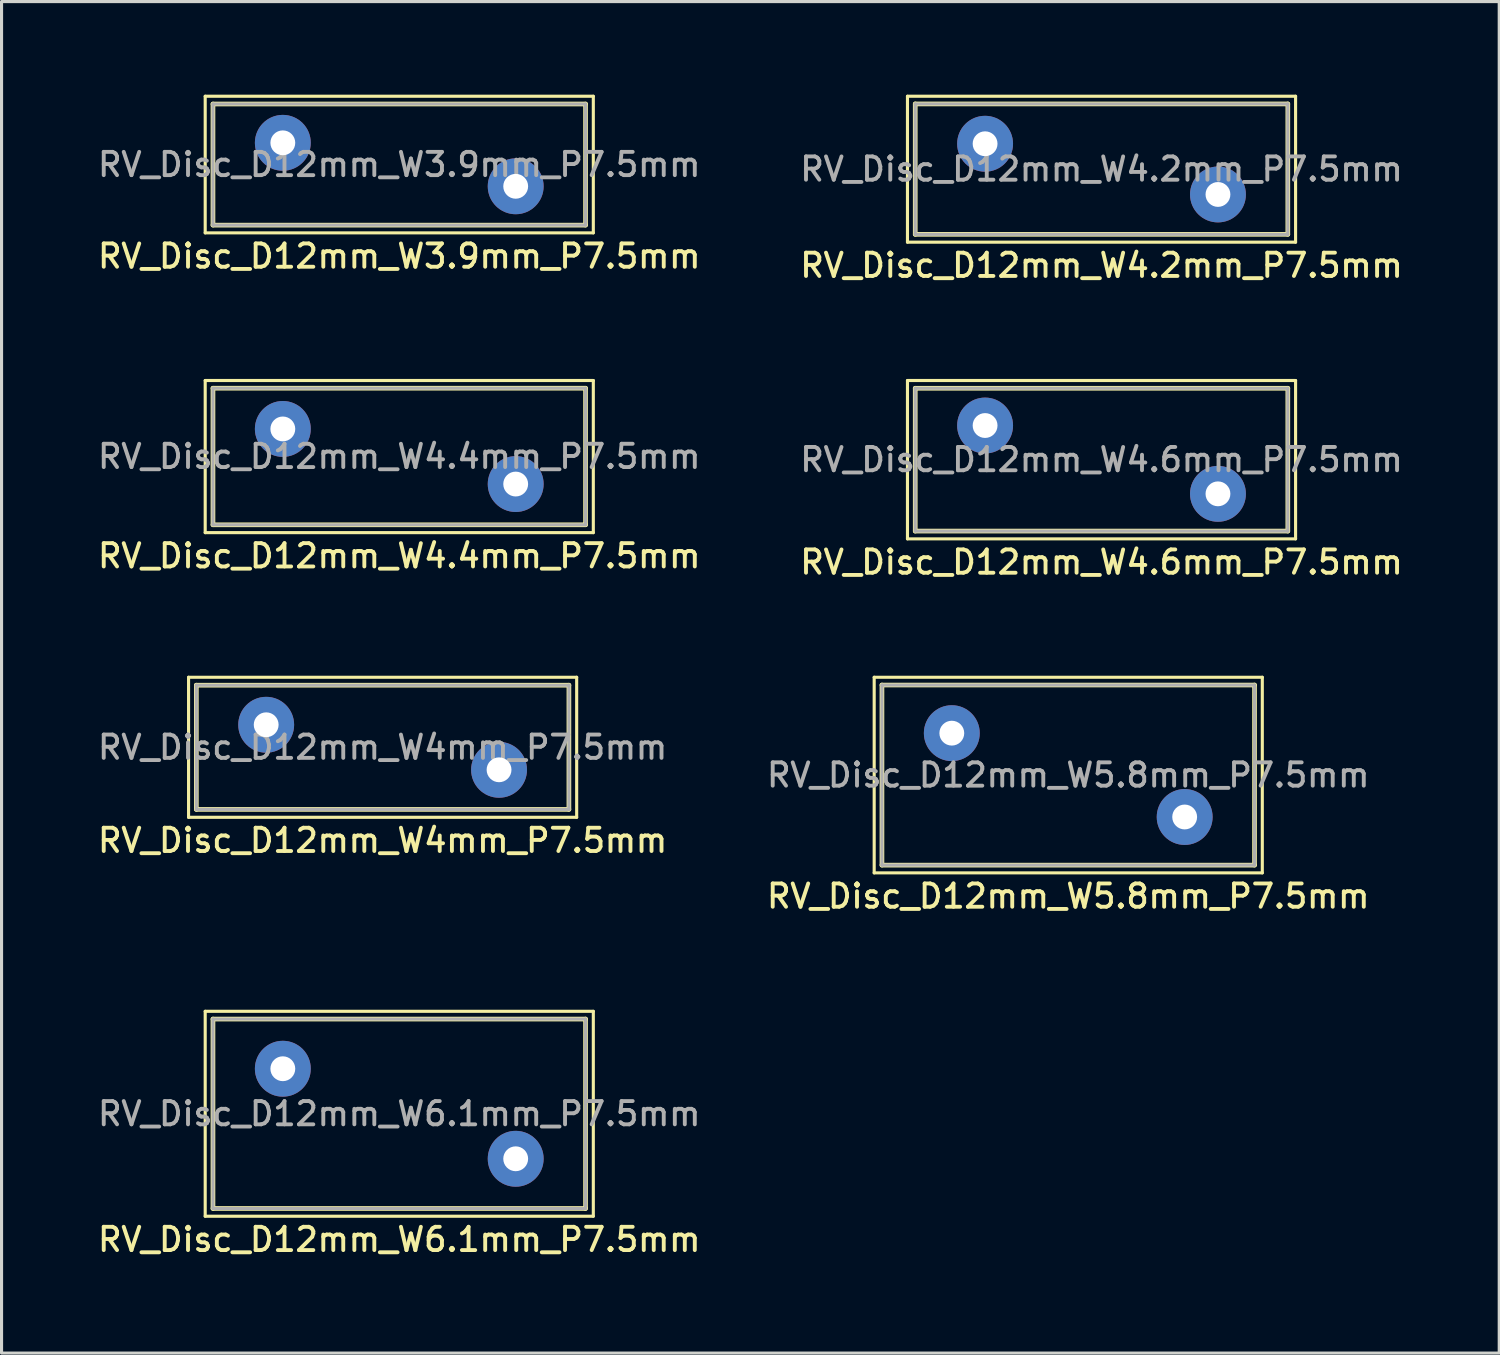
<source format=kicad_pcb>
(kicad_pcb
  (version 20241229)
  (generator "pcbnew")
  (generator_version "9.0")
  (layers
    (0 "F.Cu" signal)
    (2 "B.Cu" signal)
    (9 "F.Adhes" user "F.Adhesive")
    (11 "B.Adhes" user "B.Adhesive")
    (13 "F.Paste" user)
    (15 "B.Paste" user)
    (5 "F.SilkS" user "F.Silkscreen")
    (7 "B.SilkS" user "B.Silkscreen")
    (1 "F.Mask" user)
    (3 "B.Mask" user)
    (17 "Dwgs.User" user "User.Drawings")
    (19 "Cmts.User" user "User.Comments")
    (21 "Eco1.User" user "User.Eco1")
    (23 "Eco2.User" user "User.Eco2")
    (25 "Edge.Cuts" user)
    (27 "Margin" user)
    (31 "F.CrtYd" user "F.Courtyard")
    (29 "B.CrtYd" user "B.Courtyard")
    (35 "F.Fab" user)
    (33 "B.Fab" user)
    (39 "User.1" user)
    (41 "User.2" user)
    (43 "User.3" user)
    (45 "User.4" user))
  (footprint "RV_Disc_D12mm_W4.6mm_P7.5mm"
    (layer "F.Cu")
    (at 28.677 10.655)
    (property "Reference" "RV_Disc_D12mm_W4.6mm_P7.5mm" (at 3.75 4.4 0) (layer "F.SilkS") (effects (font (size 0.75 0.75) (thickness 0.125))))
    (attr through_hole)
    (fp_line (start -2.5 -1.45) (end -2.5 3.65) (stroke (width 0.1) (type solid)) (layer "F.SilkS"))
    (fp_line (start -2.5 -1.45) (end 10 -1.45) (stroke (width 0.1) (type solid)) (layer "F.SilkS"))
    (fp_line (start -2.5 3.65) (end 10 3.65) (stroke (width 0.1) (type solid)) (layer "F.SilkS"))
    (fp_line (start -2.25 -1.2) (end -2.25 3.4) (stroke (width 0.15) (type solid)) (layer "F.SilkS"))
    (fp_line (start -2.25 -1.2) (end 9.75 -1.2) (stroke (width 0.15) (type solid)) (layer "F.SilkS"))
    (fp_line (start -2.25 3.4) (end 9.75 3.4) (stroke (width 0.15) (type solid)) (layer "F.SilkS"))
    (fp_line (start 9.75 -1.2) (end 9.75 3.4) (stroke (width 0.15) (type solid)) (layer "F.SilkS"))
    (fp_line (start 10 -1.45) (end 10 3.65) (stroke (width 0.1) (type solid)) (layer "F.SilkS"))
    (fp_line (start -2.25 -1.2) (end -2.25 3.4) (stroke (width 0.1) (type solid)) (layer "F.Fab"))
    (fp_line (start -2.25 -1.2) (end 9.75 -1.2) (stroke (width 0.1) (type solid)) (layer "F.Fab"))
    (fp_line (start -2.25 3.4) (end 9.75 3.4) (stroke (width 0.1) (type solid)) (layer "F.Fab"))
    (fp_line (start 9.75 -1.2) (end 9.75 3.4) (stroke (width 0.1) (type solid)) (layer "F.Fab"))
    (fp_text user "${REFERENCE}" (at 3.75 1.1 0) (layer "F.Fab") (effects (font (size 0.75 0.75) (thickness 0.125))))
    (pad "1" thru_hole circle (at 0 0) (size 1.8 1.8) (drill 0.8) (layers "*.Cu" "*.Mask"))
    (pad "2" thru_hole circle (at 7.5 2.2) (size 1.8 1.8) (drill 0.8) (layers "*.Cu" "*.Mask")))
  (footprint "RV_Disc_D12mm_W3.9mm_P7.5mm"
    (layer "F.Cu")
    (at 6.059 1.55)
    (property "Reference" "RV_Disc_D12mm_W3.9mm_P7.5mm" (at 3.75 3.65 0) (layer "F.SilkS") (effects (font (size 0.75 0.75) (thickness 0.125))))
    (attr through_hole)
    (fp_line (start -2.5 -1.5) (end -2.5 2.9) (stroke (width 0.1) (type solid)) (layer "F.SilkS"))
    (fp_line (start -2.5 -1.5) (end 10 -1.5) (stroke (width 0.1) (type solid)) (layer "F.SilkS"))
    (fp_line (start -2.5 2.9) (end 10 2.9) (stroke (width 0.1) (type solid)) (layer "F.SilkS"))
    (fp_line (start -2.25 -1.25) (end -2.25 2.65) (stroke (width 0.15) (type solid)) (layer "F.SilkS"))
    (fp_line (start -2.25 -1.25) (end 9.75 -1.25) (stroke (width 0.15) (type solid)) (layer "F.SilkS"))
    (fp_line (start -2.25 2.65) (end 9.75 2.65) (stroke (width 0.15) (type solid)) (layer "F.SilkS"))
    (fp_line (start 9.75 -1.25) (end 9.75 2.65) (stroke (width 0.15) (type solid)) (layer "F.SilkS"))
    (fp_line (start 10 -1.5) (end 10 2.9) (stroke (width 0.1) (type solid)) (layer "F.SilkS"))
    (fp_line (start -2.25 -1.25) (end -2.25 2.65) (stroke (width 0.1) (type solid)) (layer "F.Fab"))
    (fp_line (start -2.25 -1.25) (end 9.75 -1.25) (stroke (width 0.1) (type solid)) (layer "F.Fab"))
    (fp_line (start -2.25 2.65) (end 9.75 2.65) (stroke (width 0.1) (type solid)) (layer "F.Fab"))
    (fp_line (start 9.75 -1.25) (end 9.75 2.65) (stroke (width 0.1) (type solid)) (layer "F.Fab"))
    (fp_text user "${REFERENCE}" (at 3.75 0.7 0) (layer "F.Fab") (effects (font (size 0.75 0.75) (thickness 0.125))))
    (pad "1" thru_hole circle (at 0 0) (size 1.8 1.8) (drill 0.8) (layers "*.Cu" "*.Mask"))
    (pad "2" thru_hole circle (at 7.5 1.4) (size 1.8 1.8) (drill 0.8) (layers "*.Cu" "*.Mask")))
  (footprint "RV_Disc_D12mm_W4.4mm_P7.5mm"
    (layer "F.Cu")
    (at 6.059 10.765)
    (property "Reference" "RV_Disc_D12mm_W4.4mm_P7.5mm" (at 3.75 4.088 0) (layer "F.SilkS") (effects (font (size 0.75 0.75) (thickness 0.125))))
    (attr through_hole)
    (fp_line (start -2.5 -1.56) (end -2.5 3.34) (stroke (width 0.1) (type solid)) (layer "F.SilkS"))
    (fp_line (start -2.5 -1.56) (end 10 -1.56) (stroke (width 0.1) (type solid)) (layer "F.SilkS"))
    (fp_line (start -2.5 3.34) (end 10 3.34) (stroke (width 0.1) (type solid)) (layer "F.SilkS"))
    (fp_line (start -2.25 -1.312) (end -2.25 3.087) (stroke (width 0.15) (type solid)) (layer "F.SilkS"))
    (fp_line (start -2.25 -1.312) (end 9.75 -1.312) (stroke (width 0.15) (type solid)) (layer "F.SilkS"))
    (fp_line (start -2.25 3.087) (end 9.75 3.087) (stroke (width 0.15) (type solid)) (layer "F.SilkS"))
    (fp_line (start 9.75 -1.312) (end 9.75 3.087) (stroke (width 0.15) (type solid)) (layer "F.SilkS"))
    (fp_line (start 10 -1.56) (end 10 3.34) (stroke (width 0.1) (type solid)) (layer "F.SilkS"))
    (fp_line (start -2.25 -1.312) (end -2.25 3.087) (stroke (width 0.1) (type solid)) (layer "F.Fab"))
    (fp_line (start -2.25 -1.312) (end 9.75 -1.312) (stroke (width 0.1) (type solid)) (layer "F.Fab"))
    (fp_line (start -2.25 3.087) (end 9.75 3.087) (stroke (width 0.1) (type solid)) (layer "F.Fab"))
    (fp_line (start 9.75 -1.312) (end 9.75 3.087) (stroke (width 0.1) (type solid)) (layer "F.Fab"))
    (fp_text user "${REFERENCE}" (at 3.75 0.887 0) (layer "F.Fab") (effects (font (size 0.75 0.75) (thickness 0.125))))
    (pad "1" thru_hole circle (at 0 0) (size 1.8 1.8) (drill 0.8) (layers "*.Cu" "*.Mask"))
    (pad "2" thru_hole circle (at 7.5 1.775) (size 1.8 1.8) (drill 0.8) (layers "*.Cu" "*.Mask")))
  (footprint "RV_Disc_D12mm_W5.8mm_P7.5mm"
    (layer "F.Cu")
    (at 27.605 20.563)
    (property "Reference" "RV_Disc_D12mm_W5.8mm_P7.5mm" (at 3.75 5.25 0) (layer "F.SilkS") (effects (font (size 0.75 0.75) (thickness 0.125))))
    (attr through_hole)
    (fp_line (start -2.5 -1.8) (end -2.5 4.5) (stroke (width 0.1) (type solid)) (layer "F.SilkS"))
    (fp_line (start -2.5 -1.8) (end 10 -1.8) (stroke (width 0.1) (type solid)) (layer "F.SilkS"))
    (fp_line (start -2.5 4.5) (end 10 4.5) (stroke (width 0.1) (type solid)) (layer "F.SilkS"))
    (fp_line (start -2.25 -1.55) (end -2.25 4.25) (stroke (width 0.15) (type solid)) (layer "F.SilkS"))
    (fp_line (start -2.25 -1.55) (end 9.75 -1.55) (stroke (width 0.15) (type solid)) (layer "F.SilkS"))
    (fp_line (start -2.25 4.25) (end 9.75 4.25) (stroke (width 0.15) (type solid)) (layer "F.SilkS"))
    (fp_line (start 9.75 -1.55) (end 9.75 4.25) (stroke (width 0.15) (type solid)) (layer "F.SilkS"))
    (fp_line (start 10 -1.8) (end 10 4.5) (stroke (width 0.1) (type solid)) (layer "F.SilkS"))
    (fp_line (start -2.25 -1.55) (end -2.25 4.25) (stroke (width 0.1) (type solid)) (layer "F.Fab"))
    (fp_line (start -2.25 -1.55) (end 9.75 -1.55) (stroke (width 0.1) (type solid)) (layer "F.Fab"))
    (fp_line (start -2.25 4.25) (end 9.75 4.25) (stroke (width 0.1) (type solid)) (layer "F.Fab"))
    (fp_line (start 9.75 -1.55) (end 9.75 4.25) (stroke (width 0.1) (type solid)) (layer "F.Fab"))
    (fp_text user "${REFERENCE}" (at 3.75 1.35 0) (layer "F.Fab") (effects (font (size 0.75 0.75) (thickness 0.125))))
    (pad "1" thru_hole circle (at 0 0) (size 1.8 1.8) (drill 0.8) (layers "*.Cu" "*.Mask"))
    (pad "2" thru_hole circle (at 7.5 2.7) (size 1.8 1.8) (drill 0.8) (layers "*.Cu" "*.Mask")))
  (footprint "RV_Disc_D12mm_W4.2mm_P7.5mm"
    (layer "F.Cu")
    (at 28.677 1.58)
    (property "Reference" "RV_Disc_D12mm_W4.2mm_P7.5mm" (at 3.75 3.917 0) (layer "F.SilkS") (effects (font (size 0.75 0.75) (thickness 0.125))))
    (attr through_hole)
    (fp_line (start -2.5 -1.53) (end -2.5 3.17) (stroke (width 0.1) (type solid)) (layer "F.SilkS"))
    (fp_line (start -2.5 -1.53) (end 10 -1.53) (stroke (width 0.1) (type solid)) (layer "F.SilkS"))
    (fp_line (start -2.5 3.17) (end 10 3.17) (stroke (width 0.1) (type solid)) (layer "F.SilkS"))
    (fp_line (start -2.25 -1.283) (end -2.25 2.917) (stroke (width 0.15) (type solid)) (layer "F.SilkS"))
    (fp_line (start -2.25 -1.283) (end 9.75 -1.283) (stroke (width 0.15) (type solid)) (layer "F.SilkS"))
    (fp_line (start -2.25 2.917) (end 9.75 2.917) (stroke (width 0.15) (type solid)) (layer "F.SilkS"))
    (fp_line (start 9.75 -1.283) (end 9.75 2.917) (stroke (width 0.15) (type solid)) (layer "F.SilkS"))
    (fp_line (start 10 -1.53) (end 10 3.17) (stroke (width 0.1) (type solid)) (layer "F.SilkS"))
    (fp_line (start -2.25 -1.283) (end -2.25 2.917) (stroke (width 0.1) (type solid)) (layer "F.Fab"))
    (fp_line (start -2.25 -1.283) (end 9.75 -1.283) (stroke (width 0.1) (type solid)) (layer "F.Fab"))
    (fp_line (start -2.25 2.917) (end 9.75 2.917) (stroke (width 0.1) (type solid)) (layer "F.Fab"))
    (fp_line (start 9.75 -1.283) (end 9.75 2.917) (stroke (width 0.1) (type solid)) (layer "F.Fab"))
    (fp_text user "${REFERENCE}" (at 3.75 0.817 0) (layer "F.Fab") (effects (font (size 0.75 0.75) (thickness 0.125))))
    (pad "1" thru_hole circle (at 0 0) (size 1.8 1.8) (drill 0.8) (layers "*.Cu" "*.Mask"))
    (pad "2" thru_hole circle (at 7.5 1.633) (size 1.8 1.8) (drill 0.8) (layers "*.Cu" "*.Mask")))
  (footprint "RV_Disc_D12mm_W6.1mm_P7.5mm"
    (layer "F.Cu")
    (at 6.059 31.371)
    (property "Reference" "RV_Disc_D12mm_W6.1mm_P7.5mm" (at 3.75 5.5 0) (layer "F.SilkS") (effects (font (size 0.75 0.75) (thickness 0.125))))
    (attr through_hole)
    (fp_line (start -2.5 -1.85) (end -2.5 4.75) (stroke (width 0.1) (type solid)) (layer "F.SilkS"))
    (fp_line (start -2.5 -1.85) (end 10 -1.85) (stroke (width 0.1) (type solid)) (layer "F.SilkS"))
    (fp_line (start -2.5 4.75) (end 10 4.75) (stroke (width 0.1) (type solid)) (layer "F.SilkS"))
    (fp_line (start -2.25 -1.6) (end -2.25 4.5) (stroke (width 0.15) (type solid)) (layer "F.SilkS"))
    (fp_line (start -2.25 -1.6) (end 9.75 -1.6) (stroke (width 0.15) (type solid)) (layer "F.SilkS"))
    (fp_line (start -2.25 4.5) (end 9.75 4.5) (stroke (width 0.15) (type solid)) (layer "F.SilkS"))
    (fp_line (start 9.75 -1.6) (end 9.75 4.5) (stroke (width 0.15) (type solid)) (layer "F.SilkS"))
    (fp_line (start 10 -1.85) (end 10 4.75) (stroke (width 0.1) (type solid)) (layer "F.SilkS"))
    (fp_line (start -2.25 -1.6) (end -2.25 4.5) (stroke (width 0.1) (type solid)) (layer "F.Fab"))
    (fp_line (start -2.25 -1.6) (end 9.75 -1.6) (stroke (width 0.1) (type solid)) (layer "F.Fab"))
    (fp_line (start -2.25 4.5) (end 9.75 4.5) (stroke (width 0.1) (type solid)) (layer "F.Fab"))
    (fp_line (start 9.75 -1.6) (end 9.75 4.5) (stroke (width 0.1) (type solid)) (layer "F.Fab"))
    (fp_text user "${REFERENCE}" (at 3.75 1.45 0) (layer "F.Fab") (effects (font (size 0.75 0.75) (thickness 0.125))))
    (pad "1" thru_hole circle (at 0 0) (size 1.8 1.8) (drill 0.8) (layers "*.Cu" "*.Mask"))
    (pad "2" thru_hole circle (at 7.5 2.9) (size 1.8 1.8) (drill 0.8) (layers "*.Cu" "*.Mask")))
  (footprint "RV_Disc_D12mm_W4mm_P7.5mm"
    (layer "F.Cu")
    (at 5.523 20.293)
    (property "Reference" "RV_Disc_D12mm_W4mm_P7.5mm" (at 3.75 3.725 0) (layer "F.SilkS") (effects (font (size 0.75 0.75) (thickness 0.125))))
    (attr through_hole)
    (fp_line (start -2.5 -1.53) (end -2.5 2.98) (stroke (width 0.1) (type solid)) (layer "F.SilkS"))
    (fp_line (start -2.5 -1.53) (end 10 -1.53) (stroke (width 0.1) (type solid)) (layer "F.SilkS"))
    (fp_line (start -2.5 2.98) (end 10 2.98) (stroke (width 0.1) (type solid)) (layer "F.SilkS"))
    (fp_line (start -2.25 -1.275) (end -2.25 2.725) (stroke (width 0.15) (type solid)) (layer "F.SilkS"))
    (fp_line (start -2.25 -1.275) (end 9.75 -1.275) (stroke (width 0.15) (type solid)) (layer "F.SilkS"))
    (fp_line (start -2.25 2.725) (end 9.75 2.725) (stroke (width 0.15) (type solid)) (layer "F.SilkS"))
    (fp_line (start 9.75 -1.275) (end 9.75 2.725) (stroke (width 0.15) (type solid)) (layer "F.SilkS"))
    (fp_line (start 10 -1.53) (end 10 2.98) (stroke (width 0.1) (type solid)) (layer "F.SilkS"))
    (fp_line (start -2.25 -1.275) (end -2.25 2.725) (stroke (width 0.1) (type solid)) (layer "F.Fab"))
    (fp_line (start -2.25 -1.275) (end 9.75 -1.275) (stroke (width 0.1) (type solid)) (layer "F.Fab"))
    (fp_line (start -2.25 2.725) (end 9.75 2.725) (stroke (width 0.1) (type solid)) (layer "F.Fab"))
    (fp_line (start 9.75 -1.275) (end 9.75 2.725) (stroke (width 0.1) (type solid)) (layer "F.Fab"))
    (fp_text user "${REFERENCE}" (at 3.75 0.725 0) (layer "F.Fab") (effects (font (size 0.75 0.75) (thickness 0.125))))
    (pad "1" thru_hole circle (at 0 0) (size 1.8 1.8) (drill 0.8) (layers "*.Cu" "*.Mask"))
    (pad "2" thru_hole circle (at 7.5 1.45) (size 1.8 1.8) (drill 0.8) (layers "*.Cu" "*.Mask")))
  (gr_rect
    (start -3 -3)
    (end 45.236 40.529)
    (stroke (width 0.1) (type default))
    (fill no)
    (layer "Edge.Cuts")))
</source>
